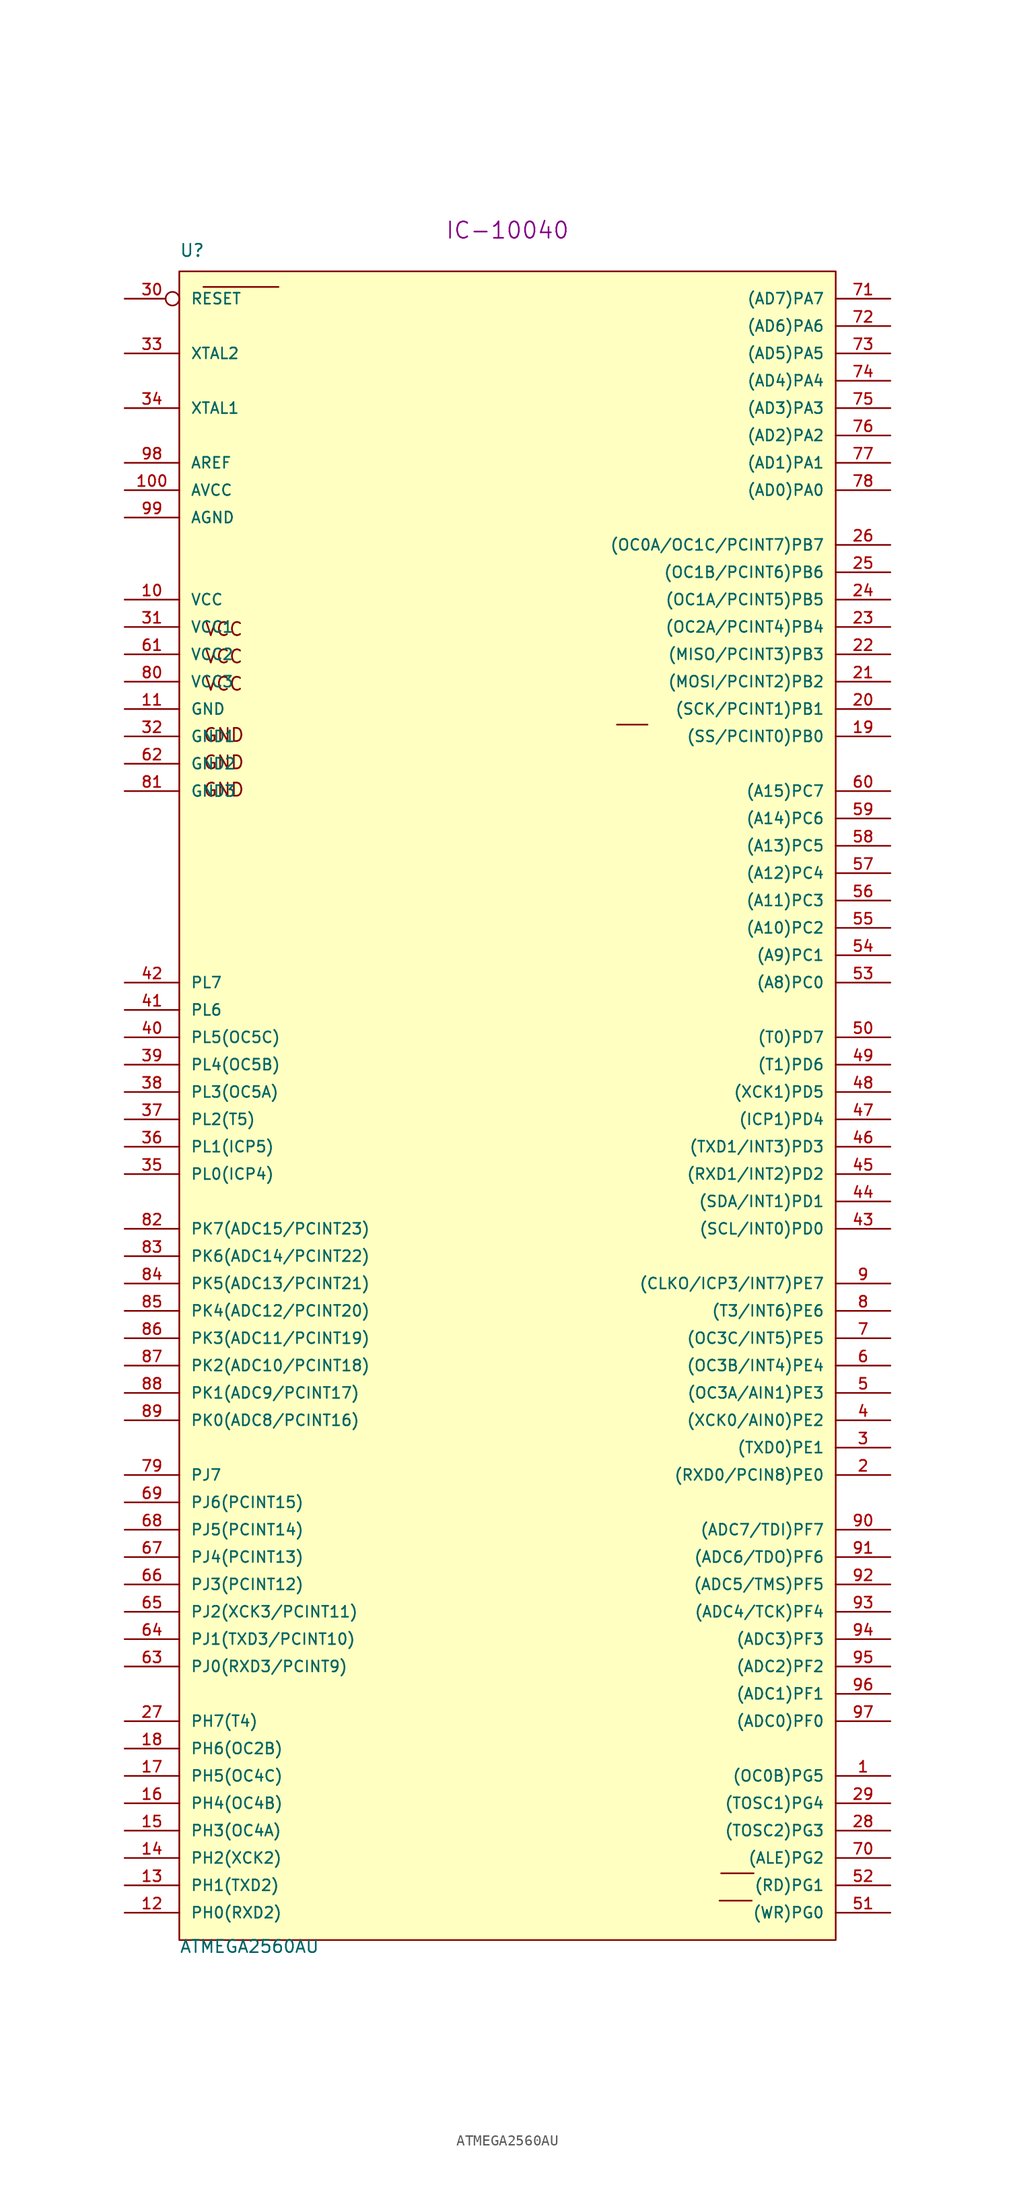
<source format=kicad_sym>
(kicad_symbol_lib
  (version 20201005)
  (generator kicad_symbol_editor)
  (symbol "ATMEGA2560AU"
    (pin_names
      (offset 1.016))
    (property "Reference" "U"
      (at -30.48 78.74 0)
      (effects (font (size 1.143 1.143)) (justify left bottom)))
    (property "Value" "ATMEGA2560AU"
      (at -30.48 -78.74 0)
      (effects (font (size 1.143 1.143)) (justify left bottom)))
    (property "Field4" "IC-10040"
      (at 0 81.28 0)
      (effects (font (size 1.524 1.524))))
    (property "ki_locked" ""
      (at 0 0 0)
      (effects (font (size 1.27 1.27))))
    (symbol "ATMEGA2560AU_1_0"
      (text "GND" (at -26.34 29.337 0) (effects (font (size 1.219 1.219))))
      (text "GND" (at -26.34 31.877 0) (effects (font (size 1.219 1.219))))
      (text "GND" (at -26.34 34.417 0) (effects (font (size 1.219 1.219))))
      (text "VCC" (at -26.34 39.167 0) (effects (font (size 1.219 1.219))))
      (text "VCC" (at -26.34 41.707 0) (effects (font (size 1.219 1.219))))
      (text "VCC" (at -26.34 44.247 0) (effects (font (size 1.219 1.219))))
      (polyline (pts (xy -28.245 76.022) (xy -21.26 76.022)) (stroke (width 0)) (fill (type none)))
      (polyline (pts (xy 10.16 35.382) (xy 13.005 35.382)) (stroke (width 0)) (fill (type none)))
      (polyline (pts (xy 19.685 -73.812) (xy 22.682 -73.812)) (stroke (width 0)) (fill (type none)))
      (polyline (pts (xy 19.837 -71.272) (xy 22.86 -71.272)) (stroke (width 0)) (fill (type none))))
    (symbol "ATMEGA2560AU_1_1"
      (polyline (pts (xy -30.48 77.47) (xy 30.48 77.47) (xy 30.48 -77.47) (xy -30.48 -77.47) (xy -30.48 77.47)) (stroke (width 0)) (fill (type background)))
      (pin bidirectional line (at 35.56 -62.23 180) (length 5.08) (name "(OC0B)PG5" (effects (font (size 1.016 1.016)))) (number "1" (effects (font (size 1.016 1.016)))))
      (pin bidirectional line (at 35.56 -34.29 180) (length 5.08) (name "(RXD0/PCIN8)PE0" (effects (font (size 1.016 1.016)))) (number "2" (effects (font (size 1.016 1.016)))))
      (pin bidirectional line (at 35.56 -31.75 180) (length 5.08) (name "(TXD0)PE1" (effects (font (size 1.016 1.016)))) (number "3" (effects (font (size 1.016 1.016)))))
      (pin bidirectional line (at 35.56 -29.21 180) (length 5.08) (name "(XCK0/AIN0)PE2" (effects (font (size 1.016 1.016)))) (number "4" (effects (font (size 1.016 1.016)))))
      (pin bidirectional line (at 35.56 -26.67 180) (length 5.08) (name "(OC3A/AIN1)PE3" (effects (font (size 1.016 1.016)))) (number "5" (effects (font (size 1.016 1.016)))))
      (pin bidirectional line (at 35.56 -24.13 180) (length 5.08) (name "(OC3B/INT4)PE4" (effects (font (size 1.016 1.016)))) (number "6" (effects (font (size 1.016 1.016)))))
      (pin bidirectional line (at 35.56 -21.59 180) (length 5.08) (name "(OC3C/INT5)PE5" (effects (font (size 1.016 1.016)))) (number "7" (effects (font (size 1.016 1.016)))))
      (pin bidirectional line (at 35.56 -19.05 180) (length 5.08) (name "(T3/INT6)PE6" (effects (font (size 1.016 1.016)))) (number "8" (effects (font (size 1.016 1.016)))))
      (pin bidirectional line (at 35.56 -16.51 180) (length 5.08) (name "(CLKO/ICP3/INT7)PE7" (effects (font (size 1.016 1.016)))) (number "9" (effects (font (size 1.016 1.016)))))
      (pin power_in line (at -35.56 46.99 0) (length 5.08) (name "VCC" (effects (font (size 1.016 1.016)))) (number "10" (effects (font (size 1.016 1.016)))))
      (pin bidirectional line (at 35.56 36.83 180) (length 5.08) (name "(SCK/PCINT1)PB1" (effects (font (size 1.016 1.016)))) (number "20" (effects (font (size 1.016 1.016)))))
      (pin input inverted (at -35.56 74.93 0) (length 5.08) (name "RESET" (effects (font (size 1.016 1.016)))) (number "30" (effects (font (size 1.016 1.016)))))
      (pin bidirectional line (at -35.56 6.35 0) (length 5.08) (name "PL5(OC5C)" (effects (font (size 1.016 1.016)))) (number "40" (effects (font (size 1.016 1.016)))))
      (pin bidirectional line (at 35.56 6.35 180) (length 5.08) (name "(T0)PD7" (effects (font (size 1.016 1.016)))) (number "50" (effects (font (size 1.016 1.016)))))
      (pin bidirectional line (at 35.56 29.21 180) (length 5.08) (name "(A15)PC7" (effects (font (size 1.016 1.016)))) (number "60" (effects (font (size 1.016 1.016)))))
      (pin bidirectional line (at 35.56 -69.85 180) (length 5.08) (name "(ALE)PG2" (effects (font (size 1.016 1.016)))) (number "70" (effects (font (size 1.016 1.016)))))
      (pin power_in line (at -35.56 39.37 0) (length 5.08) (name "VCC3" (effects (font (size 1.016 1.016)))) (number "80" (effects (font (size 1.016 1.016)))))
      (pin bidirectional line (at 35.56 -39.37 180) (length 5.08) (name "(ADC7/TDI)PF7" (effects (font (size 1.016 1.016)))) (number "90" (effects (font (size 1.016 1.016)))))
      (pin power_in line (at -35.56 36.83 0) (length 5.08) (name "GND" (effects (font (size 1.016 1.016)))) (number "11" (effects (font (size 1.016 1.016)))))
      (pin bidirectional line (at 35.56 39.37 180) (length 5.08) (name "(MOSI/PCINT2)PB2" (effects (font (size 1.016 1.016)))) (number "21" (effects (font (size 1.016 1.016)))))
      (pin power_in line (at -35.56 44.45 0) (length 5.08) (name "VCC1" (effects (font (size 1.016 1.016)))) (number "31" (effects (font (size 1.016 1.016)))))
      (pin bidirectional line (at -35.56 8.89 0) (length 5.08) (name "PL6" (effects (font (size 1.016 1.016)))) (number "41" (effects (font (size 1.016 1.016)))))
      (pin bidirectional line (at 35.56 -74.93 180) (length 5.08) (name "(WR)PG0" (effects (font (size 1.016 1.016)))) (number "51" (effects (font (size 1.016 1.016)))))
      (pin power_in line (at -35.56 41.91 0) (length 5.08) (name "VCC2" (effects (font (size 1.016 1.016)))) (number "61" (effects (font (size 1.016 1.016)))))
      (pin bidirectional line (at 35.56 74.93 180) (length 5.08) (name "(AD7)PA7" (effects (font (size 1.016 1.016)))) (number "71" (effects (font (size 1.016 1.016)))))
      (pin power_in line (at -35.56 29.21 0) (length 5.08) (name "GND3" (effects (font (size 1.016 1.016)))) (number "81" (effects (font (size 1.016 1.016)))))
      (pin bidirectional line (at 35.56 -41.91 180) (length 5.08) (name "(ADC6/TDO)PF6" (effects (font (size 1.016 1.016)))) (number "91" (effects (font (size 1.016 1.016)))))
      (pin bidirectional line (at -35.56 -74.93 0) (length 5.08) (name "PH0(RXD2)" (effects (font (size 1.016 1.016)))) (number "12" (effects (font (size 1.016 1.016)))))
      (pin bidirectional line (at 35.56 41.91 180) (length 5.08) (name "(MISO/PCINT3)PB3" (effects (font (size 1.016 1.016)))) (number "22" (effects (font (size 1.016 1.016)))))
      (pin power_in line (at -35.56 34.29 0) (length 5.08) (name "GND1" (effects (font (size 1.016 1.016)))) (number "32" (effects (font (size 1.016 1.016)))))
      (pin bidirectional line (at -35.56 11.43 0) (length 5.08) (name "PL7" (effects (font (size 1.016 1.016)))) (number "42" (effects (font (size 1.016 1.016)))))
      (pin bidirectional line (at 35.56 -72.39 180) (length 5.08) (name "(RD)PG1" (effects (font (size 1.016 1.016)))) (number "52" (effects (font (size 1.016 1.016)))))
      (pin power_in line (at -35.56 31.75 0) (length 5.08) (name "GND2" (effects (font (size 1.016 1.016)))) (number "62" (effects (font (size 1.016 1.016)))))
      (pin bidirectional line (at 35.56 72.39 180) (length 5.08) (name "(AD6)PA6" (effects (font (size 1.016 1.016)))) (number "72" (effects (font (size 1.016 1.016)))))
      (pin bidirectional line (at -35.56 -11.43 0) (length 5.08) (name "PK7(ADC15/PCINT23)" (effects (font (size 1.016 1.016)))) (number "82" (effects (font (size 1.016 1.016)))))
      (pin bidirectional line (at 35.56 -44.45 180) (length 5.08) (name "(ADC5/TMS)PF5" (effects (font (size 1.016 1.016)))) (number "92" (effects (font (size 1.016 1.016)))))
      (pin bidirectional line (at -35.56 -72.39 0) (length 5.08) (name "PH1(TXD2)" (effects (font (size 1.016 1.016)))) (number "13" (effects (font (size 1.016 1.016)))))
      (pin bidirectional line (at 35.56 44.45 180) (length 5.08) (name "(OC2A/PCINT4)PB4" (effects (font (size 1.016 1.016)))) (number "23" (effects (font (size 1.016 1.016)))))
      (pin output line (at -35.56 69.85 0) (length 5.08) (name "XTAL2" (effects (font (size 1.016 1.016)))) (number "33" (effects (font (size 1.016 1.016)))))
      (pin bidirectional line (at 35.56 -11.43 180) (length 5.08) (name "(SCL/INT0)PD0" (effects (font (size 1.016 1.016)))) (number "43" (effects (font (size 1.016 1.016)))))
      (pin bidirectional line (at 35.56 11.43 180) (length 5.08) (name "(A8)PC0" (effects (font (size 1.016 1.016)))) (number "53" (effects (font (size 1.016 1.016)))))
      (pin bidirectional line (at -35.56 -52.07 0) (length 5.08) (name "PJ0(RXD3/PCINT9)" (effects (font (size 1.016 1.016)))) (number "63" (effects (font (size 1.016 1.016)))))
      (pin bidirectional line (at 35.56 69.85 180) (length 5.08) (name "(AD5)PA5" (effects (font (size 1.016 1.016)))) (number "73" (effects (font (size 1.016 1.016)))))
      (pin bidirectional line (at -35.56 -13.97 0) (length 5.08) (name "PK6(ADC14/PCINT22)" (effects (font (size 1.016 1.016)))) (number "83" (effects (font (size 1.016 1.016)))))
      (pin bidirectional line (at 35.56 -46.99 180) (length 5.08) (name "(ADC4/TCK)PF4" (effects (font (size 1.016 1.016)))) (number "93" (effects (font (size 1.016 1.016)))))
      (pin bidirectional line (at -35.56 -69.85 0) (length 5.08) (name "PH2(XCK2)" (effects (font (size 1.016 1.016)))) (number "14" (effects (font (size 1.016 1.016)))))
      (pin bidirectional line (at 35.56 46.99 180) (length 5.08) (name "(OC1A/PCINT5)PB5" (effects (font (size 1.016 1.016)))) (number "24" (effects (font (size 1.016 1.016)))))
      (pin input line (at -35.56 64.77 0) (length 5.08) (name "XTAL1" (effects (font (size 1.016 1.016)))) (number "34" (effects (font (size 1.016 1.016)))))
      (pin bidirectional line (at 35.56 -8.89 180) (length 5.08) (name "(SDA/INT1)PD1" (effects (font (size 1.016 1.016)))) (number "44" (effects (font (size 1.016 1.016)))))
      (pin bidirectional line (at 35.56 13.97 180) (length 5.08) (name "(A9)PC1" (effects (font (size 1.016 1.016)))) (number "54" (effects (font (size 1.016 1.016)))))
      (pin bidirectional line (at -35.56 -49.53 0) (length 5.08) (name "PJ1(TXD3/PCINT10)" (effects (font (size 1.016 1.016)))) (number "64" (effects (font (size 1.016 1.016)))))
      (pin bidirectional line (at 35.56 67.31 180) (length 5.08) (name "(AD4)PA4" (effects (font (size 1.016 1.016)))) (number "74" (effects (font (size 1.016 1.016)))))
      (pin bidirectional line (at -35.56 -16.51 0) (length 5.08) (name "PK5(ADC13/PCINT21)" (effects (font (size 1.016 1.016)))) (number "84" (effects (font (size 1.016 1.016)))))
      (pin bidirectional line (at 35.56 -49.53 180) (length 5.08) (name "(ADC3)PF3" (effects (font (size 1.016 1.016)))) (number "94" (effects (font (size 1.016 1.016)))))
      (pin bidirectional line (at -35.56 -67.31 0) (length 5.08) (name "PH3(OC4A)" (effects (font (size 1.016 1.016)))) (number "15" (effects (font (size 1.016 1.016)))))
      (pin bidirectional line (at 35.56 49.53 180) (length 5.08) (name "(OC1B/PCINT6)PB6" (effects (font (size 1.016 1.016)))) (number "25" (effects (font (size 1.016 1.016)))))
      (pin bidirectional line (at -35.56 -6.35 0) (length 5.08) (name "PL0(ICP4)" (effects (font (size 1.016 1.016)))) (number "35" (effects (font (size 1.016 1.016)))))
      (pin bidirectional line (at 35.56 -6.35 180) (length 5.08) (name "(RXD1/INT2)PD2" (effects (font (size 1.016 1.016)))) (number "45" (effects (font (size 1.016 1.016)))))
      (pin bidirectional line (at 35.56 16.51 180) (length 5.08) (name "(A10)PC2" (effects (font (size 1.016 1.016)))) (number "55" (effects (font (size 1.016 1.016)))))
      (pin bidirectional line (at -35.56 -46.99 0) (length 5.08) (name "PJ2(XCK3/PCINT11)" (effects (font (size 1.016 1.016)))) (number "65" (effects (font (size 1.016 1.016)))))
      (pin bidirectional line (at 35.56 64.77 180) (length 5.08) (name "(AD3)PA3" (effects (font (size 1.016 1.016)))) (number "75" (effects (font (size 1.016 1.016)))))
      (pin bidirectional line (at -35.56 -19.05 0) (length 5.08) (name "PK4(ADC12/PCINT20)" (effects (font (size 1.016 1.016)))) (number "85" (effects (font (size 1.016 1.016)))))
      (pin bidirectional line (at 35.56 -52.07 180) (length 5.08) (name "(ADC2)PF2" (effects (font (size 1.016 1.016)))) (number "95" (effects (font (size 1.016 1.016)))))
      (pin bidirectional line (at -35.56 -64.77 0) (length 5.08) (name "PH4(OC4B)" (effects (font (size 1.016 1.016)))) (number "16" (effects (font (size 1.016 1.016)))))
      (pin bidirectional line (at 35.56 52.07 180) (length 5.08) (name "(OC0A/OC1C/PCINT7)PB7" (effects (font (size 1.016 1.016)))) (number "26" (effects (font (size 1.016 1.016)))))
      (pin bidirectional line (at -35.56 -3.81 0) (length 5.08) (name "PL1(ICP5)" (effects (font (size 1.016 1.016)))) (number "36" (effects (font (size 1.016 1.016)))))
      (pin bidirectional line (at 35.56 -3.81 180) (length 5.08) (name "(TXD1/INT3)PD3" (effects (font (size 1.016 1.016)))) (number "46" (effects (font (size 1.016 1.016)))))
      (pin bidirectional line (at 35.56 19.05 180) (length 5.08) (name "(A11)PC3" (effects (font (size 1.016 1.016)))) (number "56" (effects (font (size 1.016 1.016)))))
      (pin bidirectional line (at -35.56 -44.45 0) (length 5.08) (name "PJ3(PCINT12)" (effects (font (size 1.016 1.016)))) (number "66" (effects (font (size 1.016 1.016)))))
      (pin bidirectional line (at 35.56 62.23 180) (length 5.08) (name "(AD2)PA2" (effects (font (size 1.016 1.016)))) (number "76" (effects (font (size 1.016 1.016)))))
      (pin bidirectional line (at -35.56 -21.59 0) (length 5.08) (name "PK3(ADC11/PCINT19)" (effects (font (size 1.016 1.016)))) (number "86" (effects (font (size 1.016 1.016)))))
      (pin bidirectional line (at 35.56 -54.61 180) (length 5.08) (name "(ADC1)PF1" (effects (font (size 1.016 1.016)))) (number "96" (effects (font (size 1.016 1.016)))))
      (pin bidirectional line (at -35.56 -62.23 0) (length 5.08) (name "PH5(OC4C)" (effects (font (size 1.016 1.016)))) (number "17" (effects (font (size 1.016 1.016)))))
      (pin bidirectional line (at -35.56 -57.15 0) (length 5.08) (name "PH7(T4)" (effects (font (size 1.016 1.016)))) (number "27" (effects (font (size 1.016 1.016)))))
      (pin bidirectional line (at -35.56 -1.27 0) (length 5.08) (name "PL2(T5)" (effects (font (size 1.016 1.016)))) (number "37" (effects (font (size 1.016 1.016)))))
      (pin bidirectional line (at 35.56 -1.27 180) (length 5.08) (name "(ICP1)PD4" (effects (font (size 1.016 1.016)))) (number "47" (effects (font (size 1.016 1.016)))))
      (pin bidirectional line (at 35.56 21.59 180) (length 5.08) (name "(A12)PC4" (effects (font (size 1.016 1.016)))) (number "57" (effects (font (size 1.016 1.016)))))
      (pin bidirectional line (at -35.56 -41.91 0) (length 5.08) (name "PJ4(PCINT13)" (effects (font (size 1.016 1.016)))) (number "67" (effects (font (size 1.016 1.016)))))
      (pin bidirectional line (at 35.56 59.69 180) (length 5.08) (name "(AD1)PA1" (effects (font (size 1.016 1.016)))) (number "77" (effects (font (size 1.016 1.016)))))
      (pin bidirectional line (at -35.56 -24.13 0) (length 5.08) (name "PK2(ADC10/PCINT18)" (effects (font (size 1.016 1.016)))) (number "87" (effects (font (size 1.016 1.016)))))
      (pin bidirectional line (at 35.56 -57.15 180) (length 5.08) (name "(ADC0)PF0" (effects (font (size 1.016 1.016)))) (number "97" (effects (font (size 1.016 1.016)))))
      (pin bidirectional line (at -35.56 -59.69 0) (length 5.08) (name "PH6(OC2B)" (effects (font (size 1.016 1.016)))) (number "18" (effects (font (size 1.016 1.016)))))
      (pin bidirectional line (at 35.56 -67.31 180) (length 5.08) (name "(TOSC2)PG3" (effects (font (size 1.016 1.016)))) (number "28" (effects (font (size 1.016 1.016)))))
      (pin bidirectional line (at -35.56 1.27 0) (length 5.08) (name "PL3(OC5A)" (effects (font (size 1.016 1.016)))) (number "38" (effects (font (size 1.016 1.016)))))
      (pin bidirectional line (at 35.56 1.27 180) (length 5.08) (name "(XCK1)PD5" (effects (font (size 1.016 1.016)))) (number "48" (effects (font (size 1.016 1.016)))))
      (pin bidirectional line (at 35.56 24.13 180) (length 5.08) (name "(A13)PC5" (effects (font (size 1.016 1.016)))) (number "58" (effects (font (size 1.016 1.016)))))
      (pin bidirectional line (at -35.56 -39.37 0) (length 5.08) (name "PJ5(PCINT14)" (effects (font (size 1.016 1.016)))) (number "68" (effects (font (size 1.016 1.016)))))
      (pin bidirectional line (at 35.56 57.15 180) (length 5.08) (name "(AD0)PA0" (effects (font (size 1.016 1.016)))) (number "78" (effects (font (size 1.016 1.016)))))
      (pin bidirectional line (at -35.56 -26.67 0) (length 5.08) (name "PK1(ADC9/PCINT17)" (effects (font (size 1.016 1.016)))) (number "88" (effects (font (size 1.016 1.016)))))
      (pin bidirectional line (at -35.56 59.69 0) (length 5.08) (name "AREF" (effects (font (size 1.016 1.016)))) (number "98" (effects (font (size 1.016 1.016)))))
      (pin bidirectional line (at 35.56 34.29 180) (length 5.08) (name "(SS/PCINT0)PB0" (effects (font (size 1.016 1.016)))) (number "19" (effects (font (size 1.016 1.016)))))
      (pin bidirectional line (at 35.56 -64.77 180) (length 5.08) (name "(TOSC1)PG4" (effects (font (size 1.016 1.016)))) (number "29" (effects (font (size 1.016 1.016)))))
      (pin bidirectional line (at -35.56 3.81 0) (length 5.08) (name "PL4(OC5B)" (effects (font (size 1.016 1.016)))) (number "39" (effects (font (size 1.016 1.016)))))
      (pin bidirectional line (at 35.56 3.81 180) (length 5.08) (name "(T1)PD6" (effects (font (size 1.016 1.016)))) (number "49" (effects (font (size 1.016 1.016)))))
      (pin bidirectional line (at 35.56 26.67 180) (length 5.08) (name "(A14)PC6" (effects (font (size 1.016 1.016)))) (number "59" (effects (font (size 1.016 1.016)))))
      (pin bidirectional line (at -35.56 -36.83 0) (length 5.08) (name "PJ6(PCINT15)" (effects (font (size 1.016 1.016)))) (number "69" (effects (font (size 1.016 1.016)))))
      (pin bidirectional line (at -35.56 -34.29 0) (length 5.08) (name "PJ7" (effects (font (size 1.016 1.016)))) (number "79" (effects (font (size 1.016 1.016)))))
      (pin bidirectional line (at -35.56 -29.21 0) (length 5.08) (name "PK0(ADC8/PCINT16)" (effects (font (size 1.016 1.016)))) (number "89" (effects (font (size 1.016 1.016)))))
      (pin power_in line (at -35.56 54.61 0) (length 5.08) (name "AGND" (effects (font (size 1.016 1.016)))) (number "99" (effects (font (size 1.016 1.016)))))
      (pin power_in line (at -35.56 57.15 0) (length 5.08) (name "AVCC" (effects (font (size 1.016 1.016)))) (number "100" (effects (font (size 1.016 1.016))))))))
</source>
